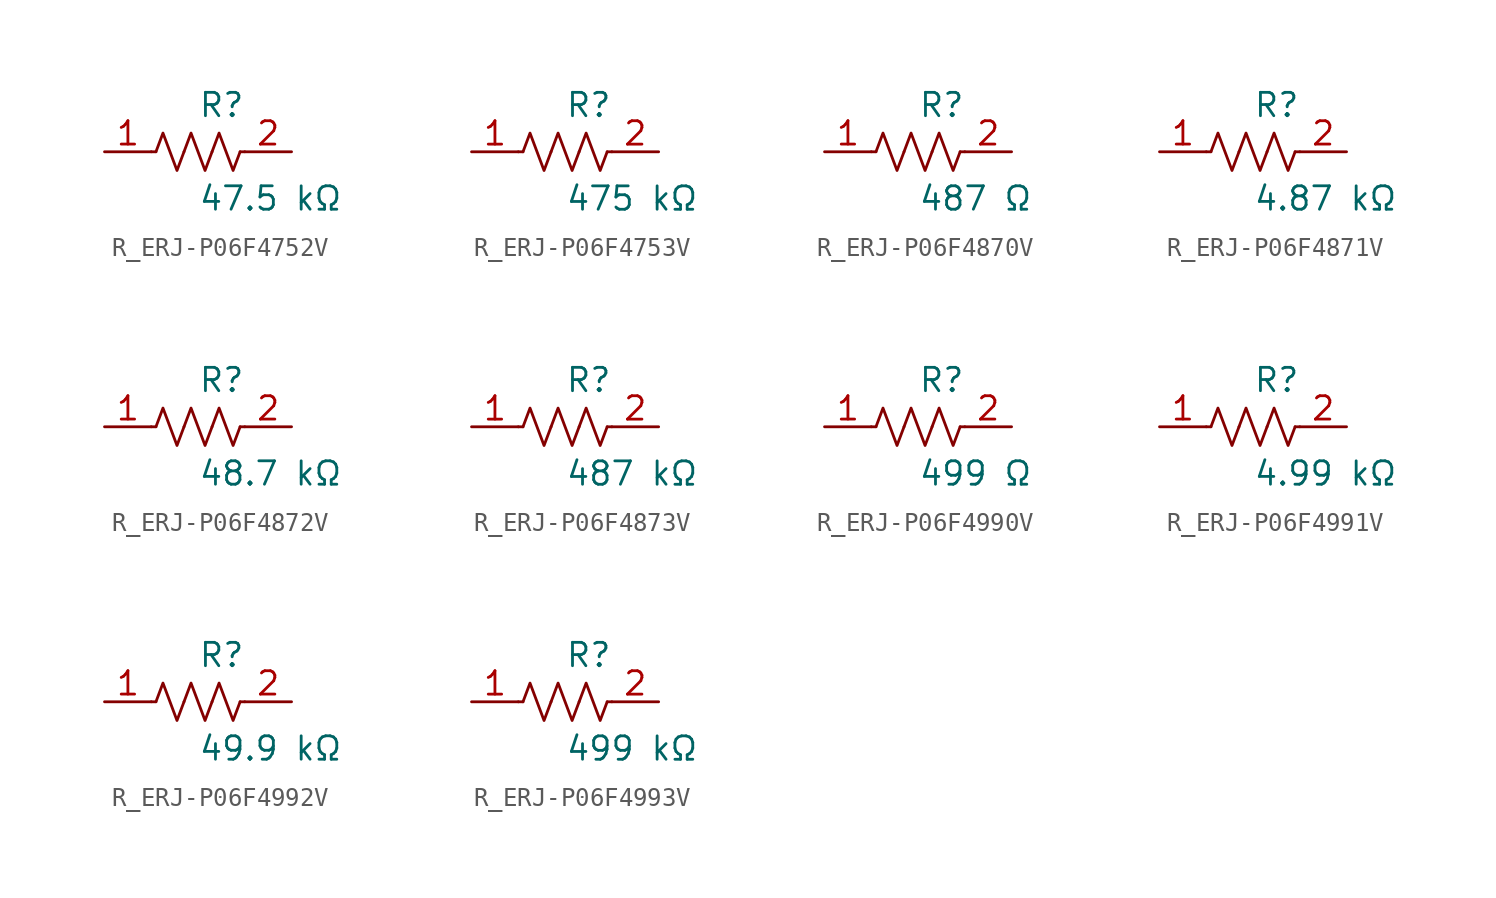
<source format=kicad_sym>
(kicad_symbol_lib
  (version 20231120)
  (generator kicad_symbol_editor)
  (generator_version 8.0)
  (symbol "R_ERJ-P06F4752V"
    (pin_names
      (offset 0.254))
    (property "Reference" "R"
      (at 0.0 2.54 0)
      (effects (font (size 1.27 1.27)) (justify left)))
    (property "Value" "47.5 kΩ"
      (at 0.0 -2.54 0)
      (effects (font (size 1.27 1.27)) (justify left)))
    (symbol "R_ERJ-P06F4752V_0_1"
      (polyline (pts (xy 2.286 0) (xy 2.54 0)) (stroke (width 0) (type default)) (fill (type none)))
      (polyline (pts (xy -2.286 0) (xy -2.54 0)) (stroke (width 0) (type default)) (fill (type none)))
      (polyline (pts (xy 0.762 0) (xy 1.143 1.016) (xy 1.524 0) (xy 1.905 -1.016) (xy 2.286 0)) (stroke (width 0) (type default)) (fill (type none)))
      (polyline (pts (xy -0.762 0) (xy -0.381 1.016) (xy 0 0) (xy 0.381 -1.016) (xy 0.762 0)) (stroke (width 0) (type default)) (fill (type none)))
      (polyline (pts (xy -2.286 0) (xy -1.905 1.016) (xy -1.524 0) (xy -1.143 -1.016) (xy -0.762 0)) (stroke (width 0) (type default)) (fill (type none))))
    (pin unspecified line
      (at -5.08 0 0)
      (length 2.54)
      (name "" (effects (font (size 1.27 1.27))))
      (number "1" (effects (font (size 1.27 1.27)))))
    (pin unspecified line
      (at 5.08 0 180)
      (length 2.54)
      (name "" (effects (font (size 1.27 1.27))))
      (number "2" (effects (font (size 1.27 1.27))))))
  (symbol "R_ERJ-P06F4753V"
    (pin_names
      (offset 0.254))
    (property "Reference" "R"
      (at 0.0 2.54 0)
      (effects (font (size 1.27 1.27)) (justify left)))
    (property "Value" "475 kΩ"
      (at 0.0 -2.54 0)
      (effects (font (size 1.27 1.27)) (justify left)))
    (symbol "R_ERJ-P06F4753V_0_1"
      (polyline (pts (xy 2.286 0) (xy 2.54 0)) (stroke (width 0) (type default)) (fill (type none)))
      (polyline (pts (xy -2.286 0) (xy -2.54 0)) (stroke (width 0) (type default)) (fill (type none)))
      (polyline (pts (xy 0.762 0) (xy 1.143 1.016) (xy 1.524 0) (xy 1.905 -1.016) (xy 2.286 0)) (stroke (width 0) (type default)) (fill (type none)))
      (polyline (pts (xy -0.762 0) (xy -0.381 1.016) (xy 0 0) (xy 0.381 -1.016) (xy 0.762 0)) (stroke (width 0) (type default)) (fill (type none)))
      (polyline (pts (xy -2.286 0) (xy -1.905 1.016) (xy -1.524 0) (xy -1.143 -1.016) (xy -0.762 0)) (stroke (width 0) (type default)) (fill (type none))))
    (pin unspecified line
      (at -5.08 0 0)
      (length 2.54)
      (name "" (effects (font (size 1.27 1.27))))
      (number "1" (effects (font (size 1.27 1.27)))))
    (pin unspecified line
      (at 5.08 0 180)
      (length 2.54)
      (name "" (effects (font (size 1.27 1.27))))
      (number "2" (effects (font (size 1.27 1.27))))))
  (symbol "R_ERJ-P06F4870V"
    (pin_names
      (offset 0.254))
    (property "Reference" "R"
      (at 0.0 2.54 0)
      (effects (font (size 1.27 1.27)) (justify left)))
    (property "Value" "487 Ω"
      (at 0.0 -2.54 0)
      (effects (font (size 1.27 1.27)) (justify left)))
    (symbol "R_ERJ-P06F4870V_0_1"
      (polyline (pts (xy 2.286 0) (xy 2.54 0)) (stroke (width 0) (type default)) (fill (type none)))
      (polyline (pts (xy -2.286 0) (xy -2.54 0)) (stroke (width 0) (type default)) (fill (type none)))
      (polyline (pts (xy 0.762 0) (xy 1.143 1.016) (xy 1.524 0) (xy 1.905 -1.016) (xy 2.286 0)) (stroke (width 0) (type default)) (fill (type none)))
      (polyline (pts (xy -0.762 0) (xy -0.381 1.016) (xy 0 0) (xy 0.381 -1.016) (xy 0.762 0)) (stroke (width 0) (type default)) (fill (type none)))
      (polyline (pts (xy -2.286 0) (xy -1.905 1.016) (xy -1.524 0) (xy -1.143 -1.016) (xy -0.762 0)) (stroke (width 0) (type default)) (fill (type none))))
    (pin unspecified line
      (at -5.08 0 0)
      (length 2.54)
      (name "" (effects (font (size 1.27 1.27))))
      (number "1" (effects (font (size 1.27 1.27)))))
    (pin unspecified line
      (at 5.08 0 180)
      (length 2.54)
      (name "" (effects (font (size 1.27 1.27))))
      (number "2" (effects (font (size 1.27 1.27))))))
  (symbol "R_ERJ-P06F4871V"
    (pin_names
      (offset 0.254))
    (property "Reference" "R"
      (at 0.0 2.54 0)
      (effects (font (size 1.27 1.27)) (justify left)))
    (property "Value" "4.87 kΩ"
      (at 0.0 -2.54 0)
      (effects (font (size 1.27 1.27)) (justify left)))
    (symbol "R_ERJ-P06F4871V_0_1"
      (polyline (pts (xy 2.286 0) (xy 2.54 0)) (stroke (width 0) (type default)) (fill (type none)))
      (polyline (pts (xy -2.286 0) (xy -2.54 0)) (stroke (width 0) (type default)) (fill (type none)))
      (polyline (pts (xy 0.762 0) (xy 1.143 1.016) (xy 1.524 0) (xy 1.905 -1.016) (xy 2.286 0)) (stroke (width 0) (type default)) (fill (type none)))
      (polyline (pts (xy -0.762 0) (xy -0.381 1.016) (xy 0 0) (xy 0.381 -1.016) (xy 0.762 0)) (stroke (width 0) (type default)) (fill (type none)))
      (polyline (pts (xy -2.286 0) (xy -1.905 1.016) (xy -1.524 0) (xy -1.143 -1.016) (xy -0.762 0)) (stroke (width 0) (type default)) (fill (type none))))
    (pin unspecified line
      (at -5.08 0 0)
      (length 2.54)
      (name "" (effects (font (size 1.27 1.27))))
      (number "1" (effects (font (size 1.27 1.27)))))
    (pin unspecified line
      (at 5.08 0 180)
      (length 2.54)
      (name "" (effects (font (size 1.27 1.27))))
      (number "2" (effects (font (size 1.27 1.27))))))
  (symbol "R_ERJ-P06F4872V"
    (pin_names
      (offset 0.254))
    (property "Reference" "R"
      (at 0.0 2.54 0)
      (effects (font (size 1.27 1.27)) (justify left)))
    (property "Value" "48.7 kΩ"
      (at 0.0 -2.54 0)
      (effects (font (size 1.27 1.27)) (justify left)))
    (symbol "R_ERJ-P06F4872V_0_1"
      (polyline (pts (xy 2.286 0) (xy 2.54 0)) (stroke (width 0) (type default)) (fill (type none)))
      (polyline (pts (xy -2.286 0) (xy -2.54 0)) (stroke (width 0) (type default)) (fill (type none)))
      (polyline (pts (xy 0.762 0) (xy 1.143 1.016) (xy 1.524 0) (xy 1.905 -1.016) (xy 2.286 0)) (stroke (width 0) (type default)) (fill (type none)))
      (polyline (pts (xy -0.762 0) (xy -0.381 1.016) (xy 0 0) (xy 0.381 -1.016) (xy 0.762 0)) (stroke (width 0) (type default)) (fill (type none)))
      (polyline (pts (xy -2.286 0) (xy -1.905 1.016) (xy -1.524 0) (xy -1.143 -1.016) (xy -0.762 0)) (stroke (width 0) (type default)) (fill (type none))))
    (pin unspecified line
      (at -5.08 0 0)
      (length 2.54)
      (name "" (effects (font (size 1.27 1.27))))
      (number "1" (effects (font (size 1.27 1.27)))))
    (pin unspecified line
      (at 5.08 0 180)
      (length 2.54)
      (name "" (effects (font (size 1.27 1.27))))
      (number "2" (effects (font (size 1.27 1.27))))))
  (symbol "R_ERJ-P06F4873V"
    (pin_names
      (offset 0.254))
    (property "Reference" "R"
      (at 0.0 2.54 0)
      (effects (font (size 1.27 1.27)) (justify left)))
    (property "Value" "487 kΩ"
      (at 0.0 -2.54 0)
      (effects (font (size 1.27 1.27)) (justify left)))
    (symbol "R_ERJ-P06F4873V_0_1"
      (polyline (pts (xy 2.286 0) (xy 2.54 0)) (stroke (width 0) (type default)) (fill (type none)))
      (polyline (pts (xy -2.286 0) (xy -2.54 0)) (stroke (width 0) (type default)) (fill (type none)))
      (polyline (pts (xy 0.762 0) (xy 1.143 1.016) (xy 1.524 0) (xy 1.905 -1.016) (xy 2.286 0)) (stroke (width 0) (type default)) (fill (type none)))
      (polyline (pts (xy -0.762 0) (xy -0.381 1.016) (xy 0 0) (xy 0.381 -1.016) (xy 0.762 0)) (stroke (width 0) (type default)) (fill (type none)))
      (polyline (pts (xy -2.286 0) (xy -1.905 1.016) (xy -1.524 0) (xy -1.143 -1.016) (xy -0.762 0)) (stroke (width 0) (type default)) (fill (type none))))
    (pin unspecified line
      (at -5.08 0 0)
      (length 2.54)
      (name "" (effects (font (size 1.27 1.27))))
      (number "1" (effects (font (size 1.27 1.27)))))
    (pin unspecified line
      (at 5.08 0 180)
      (length 2.54)
      (name "" (effects (font (size 1.27 1.27))))
      (number "2" (effects (font (size 1.27 1.27))))))
  (symbol "R_ERJ-P06F4990V"
    (pin_names
      (offset 0.254))
    (property "Reference" "R"
      (at 0.0 2.54 0)
      (effects (font (size 1.27 1.27)) (justify left)))
    (property "Value" "499 Ω"
      (at 0.0 -2.54 0)
      (effects (font (size 1.27 1.27)) (justify left)))
    (symbol "R_ERJ-P06F4990V_0_1"
      (polyline (pts (xy 2.286 0) (xy 2.54 0)) (stroke (width 0) (type default)) (fill (type none)))
      (polyline (pts (xy -2.286 0) (xy -2.54 0)) (stroke (width 0) (type default)) (fill (type none)))
      (polyline (pts (xy 0.762 0) (xy 1.143 1.016) (xy 1.524 0) (xy 1.905 -1.016) (xy 2.286 0)) (stroke (width 0) (type default)) (fill (type none)))
      (polyline (pts (xy -0.762 0) (xy -0.381 1.016) (xy 0 0) (xy 0.381 -1.016) (xy 0.762 0)) (stroke (width 0) (type default)) (fill (type none)))
      (polyline (pts (xy -2.286 0) (xy -1.905 1.016) (xy -1.524 0) (xy -1.143 -1.016) (xy -0.762 0)) (stroke (width 0) (type default)) (fill (type none))))
    (pin unspecified line
      (at -5.08 0 0)
      (length 2.54)
      (name "" (effects (font (size 1.27 1.27))))
      (number "1" (effects (font (size 1.27 1.27)))))
    (pin unspecified line
      (at 5.08 0 180)
      (length 2.54)
      (name "" (effects (font (size 1.27 1.27))))
      (number "2" (effects (font (size 1.27 1.27))))))
  (symbol "R_ERJ-P06F4991V"
    (pin_names
      (offset 0.254))
    (property "Reference" "R"
      (at 0.0 2.54 0)
      (effects (font (size 1.27 1.27)) (justify left)))
    (property "Value" "4.99 kΩ"
      (at 0.0 -2.54 0)
      (effects (font (size 1.27 1.27)) (justify left)))
    (symbol "R_ERJ-P06F4991V_0_1"
      (polyline (pts (xy 2.286 0) (xy 2.54 0)) (stroke (width 0) (type default)) (fill (type none)))
      (polyline (pts (xy -2.286 0) (xy -2.54 0)) (stroke (width 0) (type default)) (fill (type none)))
      (polyline (pts (xy 0.762 0) (xy 1.143 1.016) (xy 1.524 0) (xy 1.905 -1.016) (xy 2.286 0)) (stroke (width 0) (type default)) (fill (type none)))
      (polyline (pts (xy -0.762 0) (xy -0.381 1.016) (xy 0 0) (xy 0.381 -1.016) (xy 0.762 0)) (stroke (width 0) (type default)) (fill (type none)))
      (polyline (pts (xy -2.286 0) (xy -1.905 1.016) (xy -1.524 0) (xy -1.143 -1.016) (xy -0.762 0)) (stroke (width 0) (type default)) (fill (type none))))
    (pin unspecified line
      (at -5.08 0 0)
      (length 2.54)
      (name "" (effects (font (size 1.27 1.27))))
      (number "1" (effects (font (size 1.27 1.27)))))
    (pin unspecified line
      (at 5.08 0 180)
      (length 2.54)
      (name "" (effects (font (size 1.27 1.27))))
      (number "2" (effects (font (size 1.27 1.27))))))
  (symbol "R_ERJ-P06F4992V"
    (pin_names
      (offset 0.254))
    (property "Reference" "R"
      (at 0.0 2.54 0)
      (effects (font (size 1.27 1.27)) (justify left)))
    (property "Value" "49.9 kΩ"
      (at 0.0 -2.54 0)
      (effects (font (size 1.27 1.27)) (justify left)))
    (symbol "R_ERJ-P06F4992V_0_1"
      (polyline (pts (xy 2.286 0) (xy 2.54 0)) (stroke (width 0) (type default)) (fill (type none)))
      (polyline (pts (xy -2.286 0) (xy -2.54 0)) (stroke (width 0) (type default)) (fill (type none)))
      (polyline (pts (xy 0.762 0) (xy 1.143 1.016) (xy 1.524 0) (xy 1.905 -1.016) (xy 2.286 0)) (stroke (width 0) (type default)) (fill (type none)))
      (polyline (pts (xy -0.762 0) (xy -0.381 1.016) (xy 0 0) (xy 0.381 -1.016) (xy 0.762 0)) (stroke (width 0) (type default)) (fill (type none)))
      (polyline (pts (xy -2.286 0) (xy -1.905 1.016) (xy -1.524 0) (xy -1.143 -1.016) (xy -0.762 0)) (stroke (width 0) (type default)) (fill (type none))))
    (pin unspecified line
      (at -5.08 0 0)
      (length 2.54)
      (name "" (effects (font (size 1.27 1.27))))
      (number "1" (effects (font (size 1.27 1.27)))))
    (pin unspecified line
      (at 5.08 0 180)
      (length 2.54)
      (name "" (effects (font (size 1.27 1.27))))
      (number "2" (effects (font (size 1.27 1.27))))))
  (symbol "R_ERJ-P06F4993V"
    (pin_names
      (offset 0.254))
    (property "Reference" "R"
      (at 0.0 2.54 0)
      (effects (font (size 1.27 1.27)) (justify left)))
    (property "Value" "499 kΩ"
      (at 0.0 -2.54 0)
      (effects (font (size 1.27 1.27)) (justify left)))
    (symbol "R_ERJ-P06F4993V_0_1"
      (polyline (pts (xy 2.286 0) (xy 2.54 0)) (stroke (width 0) (type default)) (fill (type none)))
      (polyline (pts (xy -2.286 0) (xy -2.54 0)) (stroke (width 0) (type default)) (fill (type none)))
      (polyline (pts (xy 0.762 0) (xy 1.143 1.016) (xy 1.524 0) (xy 1.905 -1.016) (xy 2.286 0)) (stroke (width 0) (type default)) (fill (type none)))
      (polyline (pts (xy -0.762 0) (xy -0.381 1.016) (xy 0 0) (xy 0.381 -1.016) (xy 0.762 0)) (stroke (width 0) (type default)) (fill (type none)))
      (polyline (pts (xy -2.286 0) (xy -1.905 1.016) (xy -1.524 0) (xy -1.143 -1.016) (xy -0.762 0)) (stroke (width 0) (type default)) (fill (type none))))
    (pin unspecified line
      (at -5.08 0 0)
      (length 2.54)
      (name "" (effects (font (size 1.27 1.27))))
      (number "1" (effects (font (size 1.27 1.27)))))
    (pin unspecified line
      (at 5.08 0 180)
      (length 2.54)
      (name "" (effects (font (size 1.27 1.27))))
      (number "2" (effects (font (size 1.27 1.27)))))))
</source>
